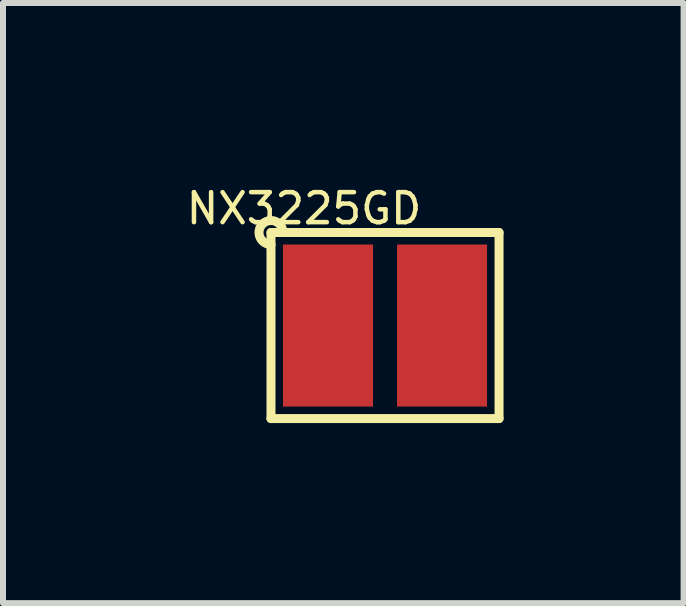
<source format=kicad_pcb>
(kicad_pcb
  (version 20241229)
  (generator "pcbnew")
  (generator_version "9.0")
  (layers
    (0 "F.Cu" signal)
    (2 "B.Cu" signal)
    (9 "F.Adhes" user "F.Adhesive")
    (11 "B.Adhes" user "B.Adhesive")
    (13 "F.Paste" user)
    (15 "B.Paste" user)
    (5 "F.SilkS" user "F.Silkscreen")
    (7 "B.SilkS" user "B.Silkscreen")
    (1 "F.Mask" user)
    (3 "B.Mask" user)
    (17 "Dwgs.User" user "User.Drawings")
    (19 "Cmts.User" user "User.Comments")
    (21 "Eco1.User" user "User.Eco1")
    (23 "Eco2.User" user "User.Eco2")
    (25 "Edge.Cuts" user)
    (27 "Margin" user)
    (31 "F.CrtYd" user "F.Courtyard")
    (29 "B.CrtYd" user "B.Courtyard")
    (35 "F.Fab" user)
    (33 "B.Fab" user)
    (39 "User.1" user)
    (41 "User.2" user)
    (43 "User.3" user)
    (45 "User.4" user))
  (footprint "NX3225GD"
    (layer "F.Cu")
    (at 3.365 2.374)
    (property "Reference" "NX3225GD" (at -1.35 -1.95 0) (layer "F.SilkS") (effects (font (size 0.5 0.5) (thickness 0.075))))
    (attr smd)
    (fp_line (start -1.9 -1.55) (end 1.9 -1.55) (stroke (width 0.15) (type solid)) (layer "F.SilkS"))
    (fp_line (start -1.9 1.55) (end -1.9 -1.55) (stroke (width 0.15) (type solid)) (layer "F.SilkS"))
    (fp_line (start 1.9 -1.55) (end 1.9 1.55) (stroke (width 0.15) (type solid)) (layer "F.SilkS"))
    (fp_line (start 1.9 1.55) (end -1.9 1.55) (stroke (width 0.15) (type solid)) (layer "F.SilkS"))
    (fp_arc (start -1.9 -1.35) (mid -2.041421 -1.691421) (end -1.7 -1.55) (stroke (width 0.15) (type solid)) (layer "F.SilkS"))
    (pad "1" smd rect (at -0.95 0) (size 1.5 2.7) (layers "F.Cu" "F.Mask" "F.Paste"))
    (pad "2" smd rect (at 0.95 0) (size 1.5 2.7) (layers "F.Cu" "F.Mask" "F.Paste")))
  (gr_rect
    (start -3 -3)
    (end 8.34 6.999)
    (stroke (width 0.1) (type default))
    (fill no)
    (layer "Edge.Cuts")))
</source>
